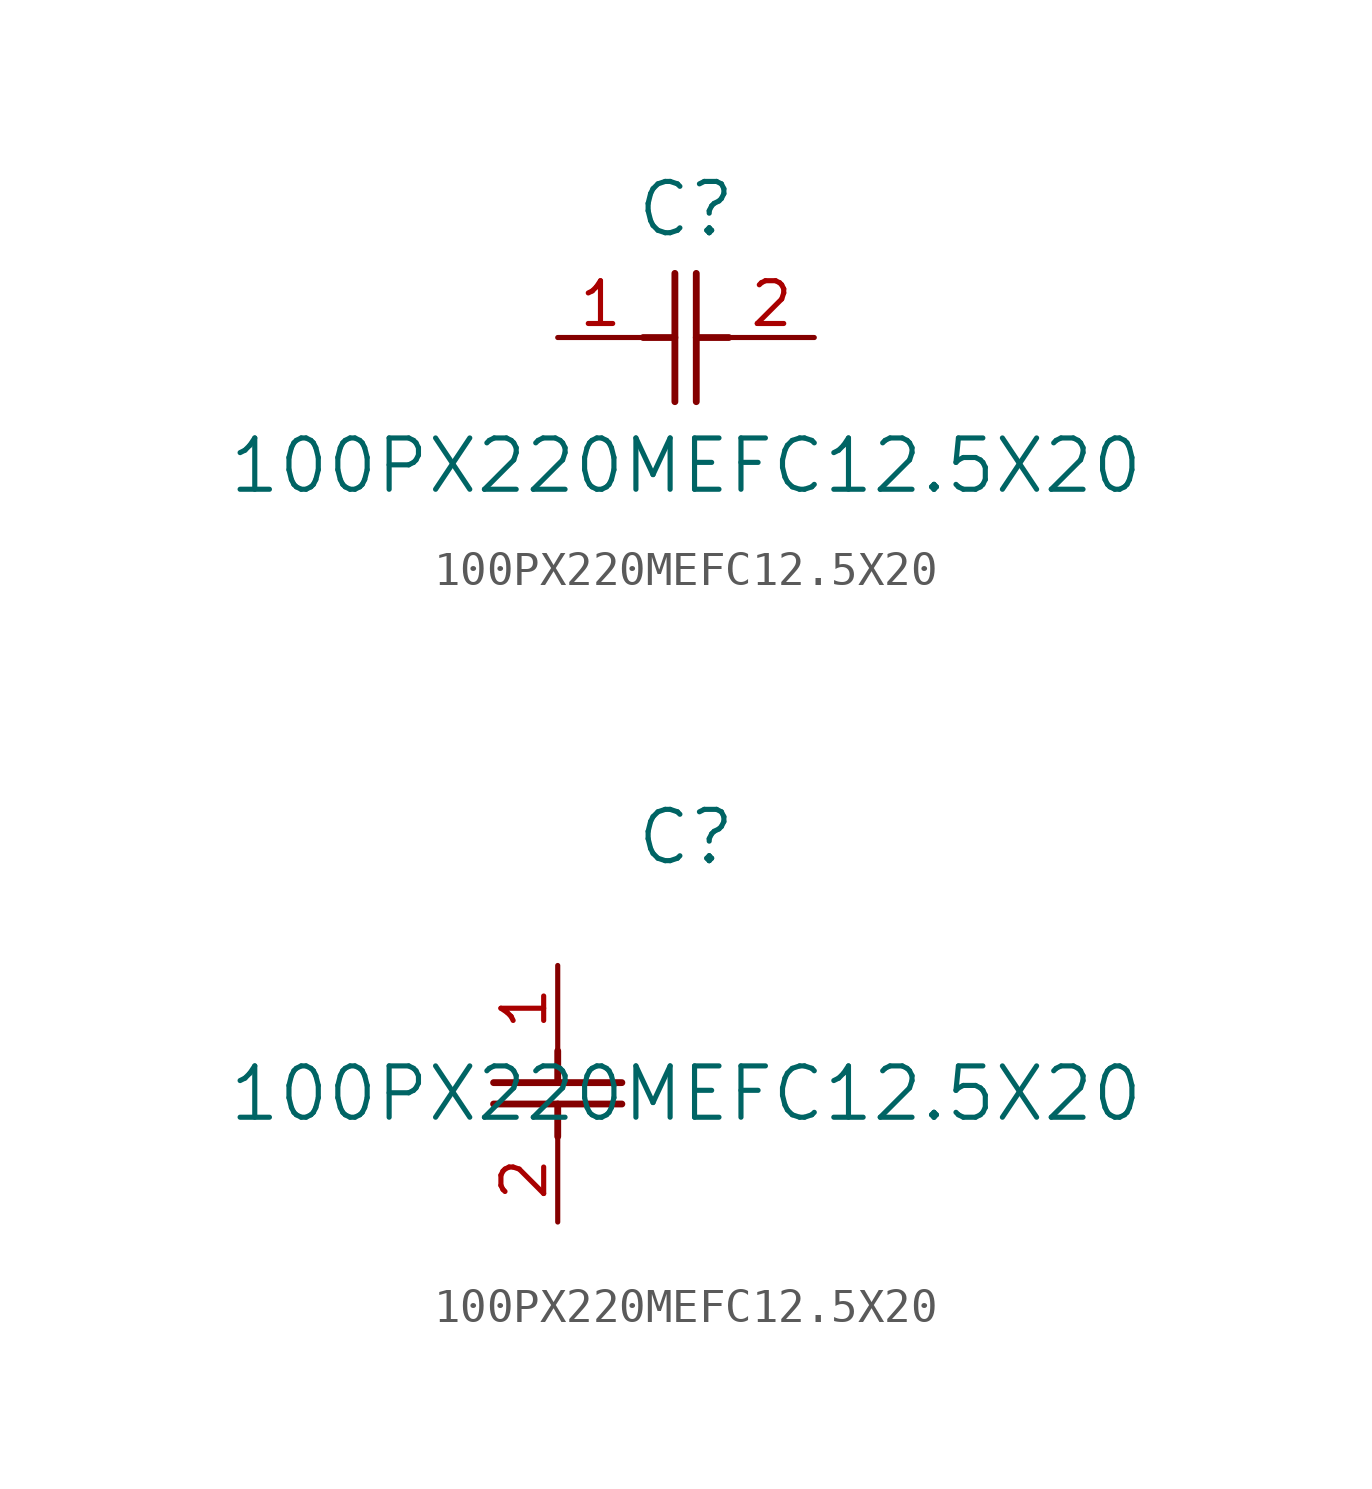
<source format=kicad_sym>
(kicad_symbol_lib
  (version 20220914)
  (generator kicad_symbol_editor)
  (symbol "100PX220MEFC12.5X20"
    (pin_names
      (offset 0.254))
    (property "Reference" "C"
      (at 3.81 3.81 0)
      (effects (font (size 1.524 1.524))))
    (property "Value" "100PX220MEFC12.5X20"
      (at 3.81 -3.81 0)
      (effects (font (size 1.524 1.524))))
    (property "ki_locked" ""
      (at 0 0 0)
      (effects (font (size 1.27 1.27))))
    (symbol "100PX220MEFC12.5X20_1_1"
      (polyline (pts (xy 2.54 0) (xy 3.48 0)) (stroke (width 0.203) (type default)) (fill (type none)))
      (polyline (pts (xy 3.48 -1.905) (xy 3.48 1.905)) (stroke (width 0.203) (type default)) (fill (type none)))
      (polyline (pts (xy 4.115 -1.905) (xy 4.115 1.905)) (stroke (width 0.203) (type default)) (fill (type none)))
      (polyline (pts (xy 4.115 0) (xy 5.08 0)) (stroke (width 0.203) (type default)) (fill (type none)))
      (pin unspecified line (at 0 0 0) (length 2.54) (name "" (effects (font (size 1.27 1.27)))) (number "1" (effects (font (size 1.27 1.27)))))
      (pin unspecified line (at 7.62 0 180) (length 2.54) (name "" (effects (font (size 1.27 1.27)))) (number "2" (effects (font (size 1.27 1.27))))))
    (symbol "100PX220MEFC12.5X20_1_2"
      (polyline (pts (xy -1.905 -4.115) (xy 1.905 -4.115)) (stroke (width 0.203) (type default)) (fill (type none)))
      (polyline (pts (xy -1.905 -3.48) (xy 1.905 -3.48)) (stroke (width 0.203) (type default)) (fill (type none)))
      (polyline (pts (xy 0 -4.115) (xy 0 -5.08)) (stroke (width 0.203) (type default)) (fill (type none)))
      (polyline (pts (xy 0 -2.54) (xy 0 -3.48)) (stroke (width 0.203) (type default)) (fill (type none)))
      (pin unspecified line (at 0 0 270) (length 2.54) (name "" (effects (font (size 1.27 1.27)))) (number "1" (effects (font (size 1.27 1.27)))))
      (pin unspecified line (at 0 -7.62 90) (length 2.54) (name "" (effects (font (size 1.27 1.27)))) (number "2" (effects (font (size 1.27 1.27))))))))
</source>
